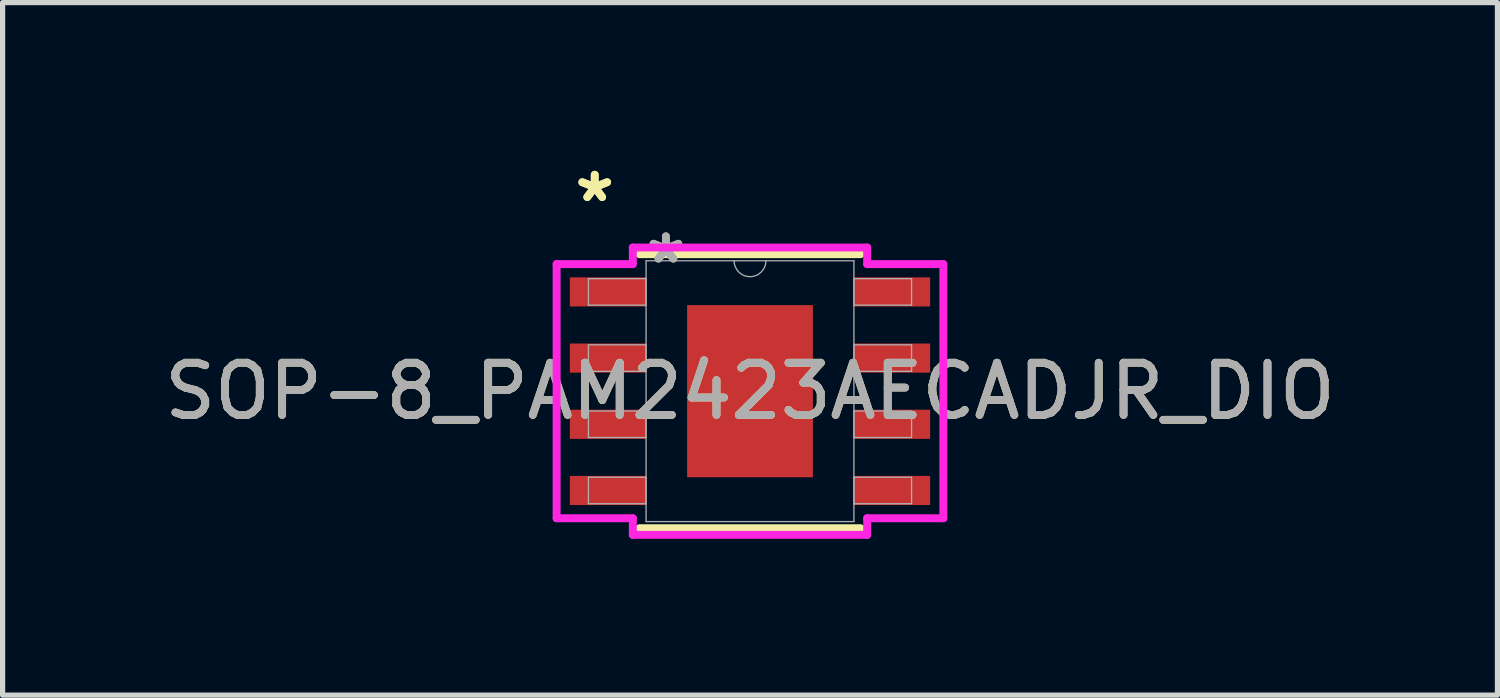
<source format=kicad_pcb>
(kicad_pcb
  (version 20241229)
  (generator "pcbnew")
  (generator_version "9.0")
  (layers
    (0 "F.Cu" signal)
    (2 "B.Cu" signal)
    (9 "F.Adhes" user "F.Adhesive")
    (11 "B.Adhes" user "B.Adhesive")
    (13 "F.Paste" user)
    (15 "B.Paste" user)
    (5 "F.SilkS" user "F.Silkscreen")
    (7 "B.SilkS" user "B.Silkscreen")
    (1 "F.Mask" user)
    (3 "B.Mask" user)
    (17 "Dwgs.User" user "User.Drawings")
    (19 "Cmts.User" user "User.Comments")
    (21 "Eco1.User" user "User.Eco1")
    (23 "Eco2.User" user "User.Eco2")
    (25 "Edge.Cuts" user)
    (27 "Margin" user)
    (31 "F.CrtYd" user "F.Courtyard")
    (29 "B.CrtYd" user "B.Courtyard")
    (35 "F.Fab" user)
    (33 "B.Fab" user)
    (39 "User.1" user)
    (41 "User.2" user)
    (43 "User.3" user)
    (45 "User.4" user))
  (footprint "SOP-8_PAM2423AECADJR_DIO"
    (layer "F.Cu")
    (at 11.339 4.455)
    (property "Reference" "SOP-8_PAM2423AECADJR_DIO" (at 0 0 0) (unlocked yes) (layer "F.SilkS") (effects (font (size 1 1) (thickness 0.15))))
    (attr smd)
    (fp_line (start -2.121 2.629) (end 2.121 2.629) (stroke (width 0.152) (type solid)) (layer "F.SilkS"))
    (fp_line (start 2.121 -2.629) (end -2.121 -2.629) (stroke (width 0.152) (type solid)) (layer "F.SilkS"))
    (fp_poly (pts (xy -1.107 -1.551) (xy -1.107 -0.1) (xy 1.107 -0.1) (xy 1.107 -1.551)) (stroke (width 0) (type solid)) (fill yes) (layer "F.Paste"))
    (fp_poly (pts (xy -1.107 0.1) (xy -1.107 1.551) (xy 1.107 1.551) (xy 1.107 0.1)) (stroke (width 0) (type solid)) (fill yes) (layer "F.Paste"))
    (fp_line (start -3.71 -2.438) (end -2.248 -2.438) (stroke (width 0.152) (type solid)) (layer "F.CrtYd"))
    (fp_line (start -3.71 2.438) (end -3.71 -2.438) (stroke (width 0.152) (type solid)) (layer "F.CrtYd"))
    (fp_line (start -3.71 2.438) (end -2.248 2.438) (stroke (width 0.152) (type solid)) (layer "F.CrtYd"))
    (fp_line (start -2.248 -2.756) (end 2.248 -2.756) (stroke (width 0.152) (type solid)) (layer "F.CrtYd"))
    (fp_line (start -2.248 -2.438) (end -2.248 -2.756) (stroke (width 0.152) (type solid)) (layer "F.CrtYd"))
    (fp_line (start -2.248 2.756) (end -2.248 2.438) (stroke (width 0.152) (type solid)) (layer "F.CrtYd"))
    (fp_line (start 2.248 -2.756) (end 2.248 -2.438) (stroke (width 0.152) (type solid)) (layer "F.CrtYd"))
    (fp_line (start 2.248 2.438) (end 2.248 2.756) (stroke (width 0.152) (type solid)) (layer "F.CrtYd"))
    (fp_line (start 2.248 2.756) (end -2.248 2.756) (stroke (width 0.152) (type solid)) (layer "F.CrtYd"))
    (fp_line (start 3.71 -2.438) (end 2.248 -2.438) (stroke (width 0.152) (type solid)) (layer "F.CrtYd"))
    (fp_line (start 3.71 -2.438) (end 3.71 2.438) (stroke (width 0.152) (type solid)) (layer "F.CrtYd"))
    (fp_line (start 3.71 2.438) (end 2.248 2.438) (stroke (width 0.152) (type solid)) (layer "F.CrtYd"))
    (fp_line (start -3.1 -2.159) (end -3.1 -1.651) (stroke (width 0.025) (type solid)) (layer "F.Fab"))
    (fp_line (start -3.1 -1.651) (end -1.994 -1.651) (stroke (width 0.025) (type solid)) (layer "F.Fab"))
    (fp_line (start -3.1 -0.889) (end -3.1 -0.381) (stroke (width 0.025) (type solid)) (layer "F.Fab"))
    (fp_line (start -3.1 -0.381) (end -1.994 -0.381) (stroke (width 0.025) (type solid)) (layer "F.Fab"))
    (fp_line (start -3.1 0.381) (end -3.1 0.889) (stroke (width 0.025) (type solid)) (layer "F.Fab"))
    (fp_line (start -3.1 0.889) (end -1.994 0.889) (stroke (width 0.025) (type solid)) (layer "F.Fab"))
    (fp_line (start -3.1 1.651) (end -3.1 2.159) (stroke (width 0.025) (type solid)) (layer "F.Fab"))
    (fp_line (start -3.1 2.159) (end -1.994 2.159) (stroke (width 0.025) (type solid)) (layer "F.Fab"))
    (fp_line (start -1.994 -2.502) (end -1.994 2.502) (stroke (width 0.025) (type solid)) (layer "F.Fab"))
    (fp_line (start -1.994 -2.159) (end -3.1 -2.159) (stroke (width 0.025) (type solid)) (layer "F.Fab"))
    (fp_line (start -1.994 -1.651) (end -1.994 -2.159) (stroke (width 0.025) (type solid)) (layer "F.Fab"))
    (fp_line (start -1.994 -0.889) (end -3.1 -0.889) (stroke (width 0.025) (type solid)) (layer "F.Fab"))
    (fp_line (start -1.994 -0.381) (end -1.994 -0.889) (stroke (width 0.025) (type solid)) (layer "F.Fab"))
    (fp_line (start -1.994 0.381) (end -3.1 0.381) (stroke (width 0.025) (type solid)) (layer "F.Fab"))
    (fp_line (start -1.994 0.889) (end -1.994 0.381) (stroke (width 0.025) (type solid)) (layer "F.Fab"))
    (fp_line (start -1.994 1.651) (end -3.1 1.651) (stroke (width 0.025) (type solid)) (layer "F.Fab"))
    (fp_line (start -1.994 2.159) (end -1.994 1.651) (stroke (width 0.025) (type solid)) (layer "F.Fab"))
    (fp_line (start -1.994 2.502) (end 1.994 2.502) (stroke (width 0.025) (type solid)) (layer "F.Fab"))
    (fp_line (start 1.994 -2.502) (end -1.994 -2.502) (stroke (width 0.025) (type solid)) (layer "F.Fab"))
    (fp_line (start 1.994 -2.159) (end 1.994 -1.651) (stroke (width 0.025) (type solid)) (layer "F.Fab"))
    (fp_line (start 1.994 -1.651) (end 3.1 -1.651) (stroke (width 0.025) (type solid)) (layer "F.Fab"))
    (fp_line (start 1.994 -0.889) (end 1.994 -0.381) (stroke (width 0.025) (type solid)) (layer "F.Fab"))
    (fp_line (start 1.994 -0.381) (end 3.1 -0.381) (stroke (width 0.025) (type solid)) (layer "F.Fab"))
    (fp_line (start 1.994 0.381) (end 1.994 0.889) (stroke (width 0.025) (type solid)) (layer "F.Fab"))
    (fp_line (start 1.994 0.889) (end 3.1 0.889) (stroke (width 0.025) (type solid)) (layer "F.Fab"))
    (fp_line (start 1.994 1.651) (end 1.994 2.159) (stroke (width 0.025) (type solid)) (layer "F.Fab"))
    (fp_line (start 1.994 2.159) (end 3.1 2.159) (stroke (width 0.025) (type solid)) (layer "F.Fab"))
    (fp_line (start 1.994 2.502) (end 1.994 -2.502) (stroke (width 0.025) (type solid)) (layer "F.Fab"))
    (fp_line (start 3.1 -2.159) (end 1.994 -2.159) (stroke (width 0.025) (type solid)) (layer "F.Fab"))
    (fp_line (start 3.1 -1.651) (end 3.1 -2.159) (stroke (width 0.025) (type solid)) (layer "F.Fab"))
    (fp_line (start 3.1 -0.889) (end 1.994 -0.889) (stroke (width 0.025) (type solid)) (layer "F.Fab"))
    (fp_line (start 3.1 -0.381) (end 3.1 -0.889) (stroke (width 0.025) (type solid)) (layer "F.Fab"))
    (fp_line (start 3.1 0.381) (end 1.994 0.381) (stroke (width 0.025) (type solid)) (layer "F.Fab"))
    (fp_line (start 3.1 0.889) (end 3.1 0.381) (stroke (width 0.025) (type solid)) (layer "F.Fab"))
    (fp_line (start 3.1 1.651) (end 1.994 1.651) (stroke (width 0.025) (type solid)) (layer "F.Fab"))
    (fp_line (start 3.1 2.159) (end 3.1 1.651) (stroke (width 0.025) (type solid)) (layer "F.Fab"))
    (fp_arc (start 0.3048 -2.5019) (mid 0 -2.1971) (end -0.3048 -2.5019) (stroke (width 0.0254) (type solid)) (layer "F.Fab"))
    (fp_text user "*" (at -2.979 -3.607 0) (unlocked yes) (layer "F.SilkS") (effects (font (size 1 1) (thickness 0.15))))
    (fp_text user "*" (at -2.979 -3.607 0) (layer "F.SilkS") (effects (font (size 1 1) (thickness 0.15))))
    (fp_text user "*" (at -1.613 -2.426 0) (unlocked yes) (layer "F.Fab") (effects (font (size 1 1) (thickness 0.15))))
    (fp_text user "${REFERENCE}" (at 0 0 0) (unlocked yes) (layer "F.Fab") (effects (font (size 1 1) (thickness 0.15))))
    (fp_text user "*" (at -1.613 -2.426 0) (layer "F.Fab") (effects (font (size 1 1) (thickness 0.15))))
    (pad "1" smd rect (at -2.725 -1.905) (size 1.462 0.559) (layers "F.Cu" "F.Mask" "F.Paste"))
    (pad "2" smd rect (at -2.725 -0.635) (size 1.462 0.559) (layers "F.Cu" "F.Mask" "F.Paste"))
    (pad "3" smd rect (at -2.725 0.635) (size 1.462 0.559) (layers "F.Cu" "F.Mask" "F.Paste"))
    (pad "4" smd rect (at -2.725 1.905) (size 1.462 0.559) (layers "F.Cu" "F.Mask" "F.Paste"))
    (pad "5" smd rect (at 2.725 1.905) (size 1.462 0.559) (layers "F.Cu" "F.Mask" "F.Paste"))
    (pad "6" smd rect (at 2.725 0.635) (size 1.462 0.559) (layers "F.Cu" "F.Mask" "F.Paste"))
    (pad "7" smd rect (at 2.725 -0.635) (size 1.462 0.559) (layers "F.Cu" "F.Mask" "F.Paste"))
    (pad "8" smd rect (at 2.725 -1.905) (size 1.462 0.559) (layers "F.Cu" "F.Mask" "F.Paste"))
    (pad "EPAD" smd rect (at 0 0) (size 2.413 3.302) (layers "F.Cu" "F.Mask")))
  (gr_rect
    (start -3 -3)
    (end 25.679 10.287)
    (stroke (width 0.1) (type default))
    (fill no)
    (layer "Edge.Cuts")))
</source>
